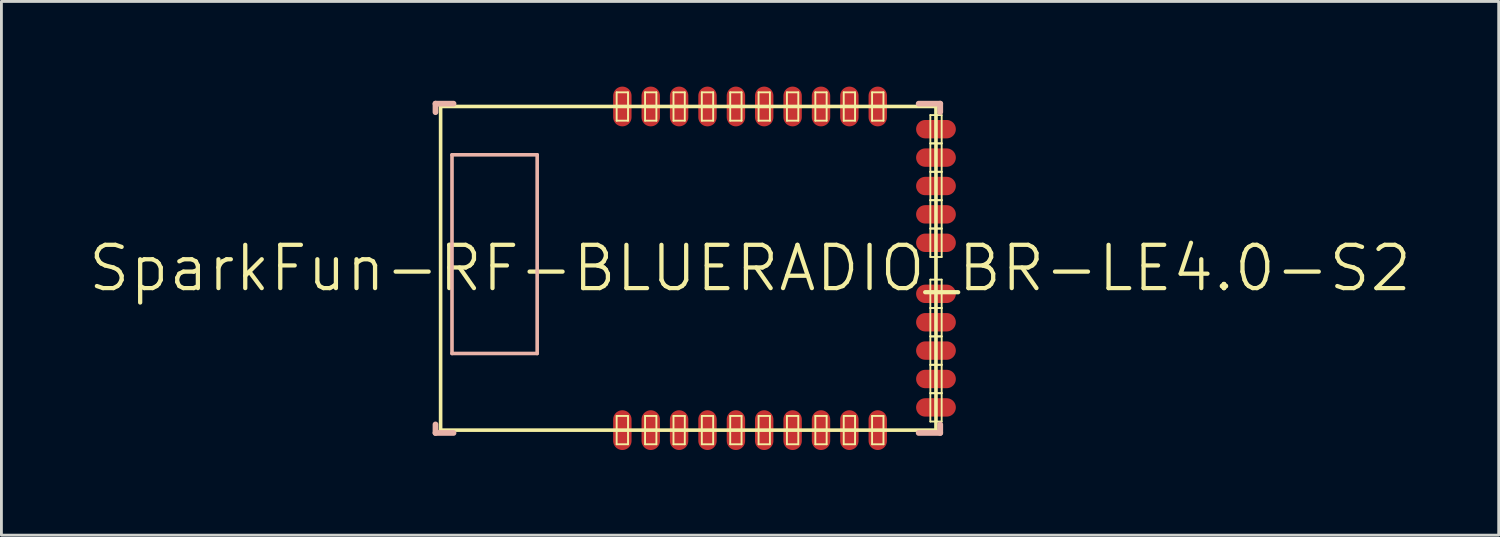
<source format=kicad_pcb>
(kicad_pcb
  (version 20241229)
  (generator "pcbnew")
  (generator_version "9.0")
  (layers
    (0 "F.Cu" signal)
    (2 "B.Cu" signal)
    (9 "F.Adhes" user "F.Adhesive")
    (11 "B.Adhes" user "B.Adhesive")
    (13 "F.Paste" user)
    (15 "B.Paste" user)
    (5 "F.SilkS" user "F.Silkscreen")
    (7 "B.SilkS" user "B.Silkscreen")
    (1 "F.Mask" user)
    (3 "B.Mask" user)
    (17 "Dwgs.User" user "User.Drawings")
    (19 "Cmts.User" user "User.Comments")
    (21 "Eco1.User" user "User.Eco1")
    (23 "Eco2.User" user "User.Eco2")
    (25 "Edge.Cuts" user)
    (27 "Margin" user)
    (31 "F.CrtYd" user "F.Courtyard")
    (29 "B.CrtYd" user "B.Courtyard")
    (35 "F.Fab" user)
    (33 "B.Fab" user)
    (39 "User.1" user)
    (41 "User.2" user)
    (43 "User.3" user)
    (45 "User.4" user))
  (footprint "SparkFun-RF-BLUERADIO_BR-LE4.0-S2"
    (layer "F.Cu")
    (at 23.368 6.4)
    (property "Reference" "SparkFun-RF-BLUERADIO_BR-LE4.0-S2" (at 0 0 0) (layer "F.SilkS") (effects (font (size 1.524 1.524) (thickness 0.15))))
    (attr smd)
    (fp_line (start -10.899 -5.7) (end -10.899 5.7) (stroke (width 0.127) (type solid)) (layer "F.SilkS"))
    (fp_line (start -10.899 5.7) (end 6.548 5.7) (stroke (width 0.127) (type solid)) (layer "F.SilkS"))
    (fp_line (start -4.699 -6.198) (end -4.298 -6.198) (stroke (width 0.066) (type solid)) (layer "F.SilkS"))
    (fp_line (start -4.699 -5.199) (end -4.699 -6.198) (stroke (width 0.066) (type solid)) (layer "F.SilkS"))
    (fp_line (start -4.699 -5.199) (end -4.298 -5.199) (stroke (width 0.066) (type solid)) (layer "F.SilkS"))
    (fp_line (start -4.699 5.199) (end -4.298 5.199) (stroke (width 0.066) (type solid)) (layer "F.SilkS"))
    (fp_line (start -4.699 6.198) (end -4.699 5.199) (stroke (width 0.066) (type solid)) (layer "F.SilkS"))
    (fp_line (start -4.699 6.198) (end -4.298 6.198) (stroke (width 0.066) (type solid)) (layer "F.SilkS"))
    (fp_line (start -4.298 -5.199) (end -4.298 -6.198) (stroke (width 0.066) (type solid)) (layer "F.SilkS"))
    (fp_line (start -4.298 6.198) (end -4.298 5.199) (stroke (width 0.066) (type solid)) (layer "F.SilkS"))
    (fp_line (start -3.698 -6.198) (end -3.299 -6.198) (stroke (width 0.066) (type solid)) (layer "F.SilkS"))
    (fp_line (start -3.698 -5.199) (end -3.698 -6.198) (stroke (width 0.066) (type solid)) (layer "F.SilkS"))
    (fp_line (start -3.698 -5.199) (end -3.299 -5.199) (stroke (width 0.066) (type solid)) (layer "F.SilkS"))
    (fp_line (start -3.698 5.199) (end -3.299 5.199) (stroke (width 0.066) (type solid)) (layer "F.SilkS"))
    (fp_line (start -3.698 6.198) (end -3.698 5.199) (stroke (width 0.066) (type solid)) (layer "F.SilkS"))
    (fp_line (start -3.698 6.198) (end -3.299 6.198) (stroke (width 0.066) (type solid)) (layer "F.SilkS"))
    (fp_line (start -3.299 -5.199) (end -3.299 -6.198) (stroke (width 0.066) (type solid)) (layer "F.SilkS"))
    (fp_line (start -3.299 6.198) (end -3.299 5.199) (stroke (width 0.066) (type solid)) (layer "F.SilkS"))
    (fp_line (start -2.697 -6.198) (end -2.299 -6.198) (stroke (width 0.066) (type solid)) (layer "F.SilkS"))
    (fp_line (start -2.697 -5.199) (end -2.697 -6.198) (stroke (width 0.066) (type solid)) (layer "F.SilkS"))
    (fp_line (start -2.697 -5.199) (end -2.299 -5.199) (stroke (width 0.066) (type solid)) (layer "F.SilkS"))
    (fp_line (start -2.697 5.199) (end -2.299 5.199) (stroke (width 0.066) (type solid)) (layer "F.SilkS"))
    (fp_line (start -2.697 6.198) (end -2.697 5.199) (stroke (width 0.066) (type solid)) (layer "F.SilkS"))
    (fp_line (start -2.697 6.198) (end -2.299 6.198) (stroke (width 0.066) (type solid)) (layer "F.SilkS"))
    (fp_line (start -2.299 -5.199) (end -2.299 -6.198) (stroke (width 0.066) (type solid)) (layer "F.SilkS"))
    (fp_line (start -2.299 6.198) (end -2.299 5.199) (stroke (width 0.066) (type solid)) (layer "F.SilkS"))
    (fp_line (start -1.699 -6.198) (end -1.298 -6.198) (stroke (width 0.066) (type solid)) (layer "F.SilkS"))
    (fp_line (start -1.699 -5.199) (end -1.699 -6.198) (stroke (width 0.066) (type solid)) (layer "F.SilkS"))
    (fp_line (start -1.699 -5.199) (end -1.298 -5.199) (stroke (width 0.066) (type solid)) (layer "F.SilkS"))
    (fp_line (start -1.699 5.199) (end -1.298 5.199) (stroke (width 0.066) (type solid)) (layer "F.SilkS"))
    (fp_line (start -1.699 6.198) (end -1.699 5.199) (stroke (width 0.066) (type solid)) (layer "F.SilkS"))
    (fp_line (start -1.699 6.198) (end -1.298 6.198) (stroke (width 0.066) (type solid)) (layer "F.SilkS"))
    (fp_line (start -1.298 -5.199) (end -1.298 -6.198) (stroke (width 0.066) (type solid)) (layer "F.SilkS"))
    (fp_line (start -1.298 6.198) (end -1.298 5.199) (stroke (width 0.066) (type solid)) (layer "F.SilkS"))
    (fp_line (start -0.699 -6.198) (end -0.3 -6.198) (stroke (width 0.066) (type solid)) (layer "F.SilkS"))
    (fp_line (start -0.699 -5.199) (end -0.699 -6.198) (stroke (width 0.066) (type solid)) (layer "F.SilkS"))
    (fp_line (start -0.699 -5.199) (end -0.3 -5.199) (stroke (width 0.066) (type solid)) (layer "F.SilkS"))
    (fp_line (start -0.699 5.199) (end -0.3 5.199) (stroke (width 0.066) (type solid)) (layer "F.SilkS"))
    (fp_line (start -0.699 6.198) (end -0.699 5.199) (stroke (width 0.066) (type solid)) (layer "F.SilkS"))
    (fp_line (start -0.699 6.198) (end -0.3 6.198) (stroke (width 0.066) (type solid)) (layer "F.SilkS"))
    (fp_line (start -0.3 -5.199) (end -0.3 -6.198) (stroke (width 0.066) (type solid)) (layer "F.SilkS"))
    (fp_line (start -0.3 6.198) (end -0.3 5.199) (stroke (width 0.066) (type solid)) (layer "F.SilkS"))
    (fp_line (start 0.3 -6.198) (end 0.699 -6.198) (stroke (width 0.066) (type solid)) (layer "F.SilkS"))
    (fp_line (start 0.3 -5.199) (end 0.3 -6.198) (stroke (width 0.066) (type solid)) (layer "F.SilkS"))
    (fp_line (start 0.3 -5.199) (end 0.699 -5.199) (stroke (width 0.066) (type solid)) (layer "F.SilkS"))
    (fp_line (start 0.3 5.199) (end 0.699 5.199) (stroke (width 0.066) (type solid)) (layer "F.SilkS"))
    (fp_line (start 0.3 6.198) (end 0.3 5.199) (stroke (width 0.066) (type solid)) (layer "F.SilkS"))
    (fp_line (start 0.3 6.198) (end 0.699 6.198) (stroke (width 0.066) (type solid)) (layer "F.SilkS"))
    (fp_line (start 0.699 -5.199) (end 0.699 -6.198) (stroke (width 0.066) (type solid)) (layer "F.SilkS"))
    (fp_line (start 0.699 6.198) (end 0.699 5.199) (stroke (width 0.066) (type solid)) (layer "F.SilkS"))
    (fp_line (start 1.298 -6.198) (end 1.699 -6.198) (stroke (width 0.066) (type solid)) (layer "F.SilkS"))
    (fp_line (start 1.298 -5.199) (end 1.298 -6.198) (stroke (width 0.066) (type solid)) (layer "F.SilkS"))
    (fp_line (start 1.298 -5.199) (end 1.699 -5.199) (stroke (width 0.066) (type solid)) (layer "F.SilkS"))
    (fp_line (start 1.298 5.199) (end 1.699 5.199) (stroke (width 0.066) (type solid)) (layer "F.SilkS"))
    (fp_line (start 1.298 6.198) (end 1.298 5.199) (stroke (width 0.066) (type solid)) (layer "F.SilkS"))
    (fp_line (start 1.298 6.198) (end 1.699 6.198) (stroke (width 0.066) (type solid)) (layer "F.SilkS"))
    (fp_line (start 1.699 -5.199) (end 1.699 -6.198) (stroke (width 0.066) (type solid)) (layer "F.SilkS"))
    (fp_line (start 1.699 6.198) (end 1.699 5.199) (stroke (width 0.066) (type solid)) (layer "F.SilkS"))
    (fp_line (start 2.299 -6.198) (end 2.697 -6.198) (stroke (width 0.066) (type solid)) (layer "F.SilkS"))
    (fp_line (start 2.299 -5.199) (end 2.299 -6.198) (stroke (width 0.066) (type solid)) (layer "F.SilkS"))
    (fp_line (start 2.299 -5.199) (end 2.697 -5.199) (stroke (width 0.066) (type solid)) (layer "F.SilkS"))
    (fp_line (start 2.299 5.199) (end 2.697 5.199) (stroke (width 0.066) (type solid)) (layer "F.SilkS"))
    (fp_line (start 2.299 6.198) (end 2.299 5.199) (stroke (width 0.066) (type solid)) (layer "F.SilkS"))
    (fp_line (start 2.299 6.198) (end 2.697 6.198) (stroke (width 0.066) (type solid)) (layer "F.SilkS"))
    (fp_line (start 2.697 -5.199) (end 2.697 -6.198) (stroke (width 0.066) (type solid)) (layer "F.SilkS"))
    (fp_line (start 2.697 6.198) (end 2.697 5.199) (stroke (width 0.066) (type solid)) (layer "F.SilkS"))
    (fp_line (start 3.299 -6.198) (end 3.698 -6.198) (stroke (width 0.066) (type solid)) (layer "F.SilkS"))
    (fp_line (start 3.299 -5.199) (end 3.299 -6.198) (stroke (width 0.066) (type solid)) (layer "F.SilkS"))
    (fp_line (start 3.299 -5.199) (end 3.698 -5.199) (stroke (width 0.066) (type solid)) (layer "F.SilkS"))
    (fp_line (start 3.299 5.199) (end 3.698 5.199) (stroke (width 0.066) (type solid)) (layer "F.SilkS"))
    (fp_line (start 3.299 6.198) (end 3.299 5.199) (stroke (width 0.066) (type solid)) (layer "F.SilkS"))
    (fp_line (start 3.299 6.198) (end 3.698 6.198) (stroke (width 0.066) (type solid)) (layer "F.SilkS"))
    (fp_line (start 3.698 -5.199) (end 3.698 -6.198) (stroke (width 0.066) (type solid)) (layer "F.SilkS"))
    (fp_line (start 3.698 6.198) (end 3.698 5.199) (stroke (width 0.066) (type solid)) (layer "F.SilkS"))
    (fp_line (start 4.298 -6.198) (end 4.699 -6.198) (stroke (width 0.066) (type solid)) (layer "F.SilkS"))
    (fp_line (start 4.298 -5.199) (end 4.298 -6.198) (stroke (width 0.066) (type solid)) (layer "F.SilkS"))
    (fp_line (start 4.298 -5.199) (end 4.699 -5.199) (stroke (width 0.066) (type solid)) (layer "F.SilkS"))
    (fp_line (start 4.298 5.199) (end 4.699 5.199) (stroke (width 0.066) (type solid)) (layer "F.SilkS"))
    (fp_line (start 4.298 6.198) (end 4.298 5.199) (stroke (width 0.066) (type solid)) (layer "F.SilkS"))
    (fp_line (start 4.298 6.198) (end 4.699 6.198) (stroke (width 0.066) (type solid)) (layer "F.SilkS"))
    (fp_line (start 4.699 -5.199) (end 4.699 -6.198) (stroke (width 0.066) (type solid)) (layer "F.SilkS"))
    (fp_line (start 4.699 6.198) (end 4.699 5.199) (stroke (width 0.066) (type solid)) (layer "F.SilkS"))
    (fp_line (start 6.35 -5.397) (end 6.749 -5.397) (stroke (width 0.066) (type solid)) (layer "F.SilkS"))
    (fp_line (start 6.35 -4.399) (end 6.35 -5.397) (stroke (width 0.066) (type solid)) (layer "F.SilkS"))
    (fp_line (start 6.35 -4.399) (end 6.749 -4.399) (stroke (width 0.066) (type solid)) (layer "F.SilkS"))
    (fp_line (start 6.35 -4.399) (end 6.749 -4.399) (stroke (width 0.066) (type solid)) (layer "F.SilkS"))
    (fp_line (start 6.35 -3.399) (end 6.35 -4.399) (stroke (width 0.066) (type solid)) (layer "F.SilkS"))
    (fp_line (start 6.35 -3.399) (end 6.749 -3.399) (stroke (width 0.066) (type solid)) (layer "F.SilkS"))
    (fp_line (start 6.35 -3.399) (end 6.749 -3.399) (stroke (width 0.066) (type solid)) (layer "F.SilkS"))
    (fp_line (start 6.35 -2.398) (end 6.35 -3.399) (stroke (width 0.066) (type solid)) (layer "F.SilkS"))
    (fp_line (start 6.35 -2.398) (end 6.749 -2.398) (stroke (width 0.066) (type solid)) (layer "F.SilkS"))
    (fp_line (start 6.35 -2.398) (end 6.749 -2.398) (stroke (width 0.066) (type solid)) (layer "F.SilkS"))
    (fp_line (start 6.35 -1.4) (end 6.35 -2.398) (stroke (width 0.066) (type solid)) (layer "F.SilkS"))
    (fp_line (start 6.35 -1.4) (end 6.749 -1.4) (stroke (width 0.066) (type solid)) (layer "F.SilkS"))
    (fp_line (start 6.35 -1.4) (end 6.749 -1.4) (stroke (width 0.066) (type solid)) (layer "F.SilkS"))
    (fp_line (start 6.35 -0.399) (end 6.35 -1.4) (stroke (width 0.066) (type solid)) (layer "F.SilkS"))
    (fp_line (start 6.35 -0.399) (end 6.749 -0.399) (stroke (width 0.066) (type solid)) (layer "F.SilkS"))
    (fp_line (start 6.35 0.399) (end 6.749 0.399) (stroke (width 0.066) (type solid)) (layer "F.SilkS"))
    (fp_line (start 6.35 1.4) (end 6.35 0.399) (stroke (width 0.066) (type solid)) (layer "F.SilkS"))
    (fp_line (start 6.35 1.4) (end 6.749 1.4) (stroke (width 0.066) (type solid)) (layer "F.SilkS"))
    (fp_line (start 6.35 1.4) (end 6.749 1.4) (stroke (width 0.066) (type solid)) (layer "F.SilkS"))
    (fp_line (start 6.35 2.398) (end 6.35 1.4) (stroke (width 0.066) (type solid)) (layer "F.SilkS"))
    (fp_line (start 6.35 2.398) (end 6.749 2.398) (stroke (width 0.066) (type solid)) (layer "F.SilkS"))
    (fp_line (start 6.35 2.398) (end 6.749 2.398) (stroke (width 0.066) (type solid)) (layer "F.SilkS"))
    (fp_line (start 6.35 3.399) (end 6.35 2.398) (stroke (width 0.066) (type solid)) (layer "F.SilkS"))
    (fp_line (start 6.35 3.399) (end 6.749 3.399) (stroke (width 0.066) (type solid)) (layer "F.SilkS"))
    (fp_line (start 6.35 3.399) (end 6.749 3.399) (stroke (width 0.066) (type solid)) (layer "F.SilkS"))
    (fp_line (start 6.35 4.399) (end 6.35 3.399) (stroke (width 0.066) (type solid)) (layer "F.SilkS"))
    (fp_line (start 6.35 4.399) (end 6.749 4.399) (stroke (width 0.066) (type solid)) (layer "F.SilkS"))
    (fp_line (start 6.35 4.399) (end 6.749 4.399) (stroke (width 0.066) (type solid)) (layer "F.SilkS"))
    (fp_line (start 6.35 5.397) (end 6.35 4.399) (stroke (width 0.066) (type solid)) (layer "F.SilkS"))
    (fp_line (start 6.35 5.397) (end 6.749 5.397) (stroke (width 0.066) (type solid)) (layer "F.SilkS"))
    (fp_line (start 6.548 -5.7) (end -10.899 -5.7) (stroke (width 0.127) (type solid)) (layer "F.SilkS"))
    (fp_line (start 6.548 5.7) (end 6.548 -5.7) (stroke (width 0.127) (type solid)) (layer "F.SilkS"))
    (fp_line (start 6.749 -4.399) (end 6.749 -5.397) (stroke (width 0.066) (type solid)) (layer "F.SilkS"))
    (fp_line (start 6.749 -3.399) (end 6.749 -4.399) (stroke (width 0.066) (type solid)) (layer "F.SilkS"))
    (fp_line (start 6.749 -2.398) (end 6.749 -3.399) (stroke (width 0.066) (type solid)) (layer "F.SilkS"))
    (fp_line (start 6.749 -1.4) (end 6.749 -2.398) (stroke (width 0.066) (type solid)) (layer "F.SilkS"))
    (fp_line (start 6.749 -0.399) (end 6.749 -1.4) (stroke (width 0.066) (type solid)) (layer "F.SilkS"))
    (fp_line (start 6.749 1.4) (end 6.749 0.399) (stroke (width 0.066) (type solid)) (layer "F.SilkS"))
    (fp_line (start 6.749 2.398) (end 6.749 1.4) (stroke (width 0.066) (type solid)) (layer "F.SilkS"))
    (fp_line (start 6.749 3.399) (end 6.749 2.398) (stroke (width 0.066) (type solid)) (layer "F.SilkS"))
    (fp_line (start 6.749 4.399) (end 6.749 3.399) (stroke (width 0.066) (type solid)) (layer "F.SilkS"))
    (fp_line (start 6.749 5.397) (end 6.749 4.399) (stroke (width 0.066) (type solid)) (layer "F.SilkS"))
    (fp_line (start -11.079 -5.799) (end -11.079 -5.499) (stroke (width 0.203) (type solid)) (layer "B.SilkS"))
    (fp_line (start -11.079 5.499) (end -11.079 5.799) (stroke (width 0.203) (type solid)) (layer "B.SilkS"))
    (fp_line (start -10.498 -3.998) (end -10.498 3) (stroke (width 0.127) (type solid)) (layer "B.SilkS"))
    (fp_line (start -10.498 3) (end -7.498 3) (stroke (width 0.127) (type solid)) (layer "B.SilkS"))
    (fp_line (start -10.444 -5.799) (end -11.079 -5.799) (stroke (width 0.203) (type solid)) (layer "B.SilkS"))
    (fp_line (start -10.444 5.799) (end -11.079 5.799) (stroke (width 0.203) (type solid)) (layer "B.SilkS"))
    (fp_line (start -7.498 -3.998) (end -10.498 -3.998) (stroke (width 0.127) (type solid)) (layer "B.SilkS"))
    (fp_line (start -7.498 3) (end -7.498 -3.998) (stroke (width 0.127) (type solid)) (layer "B.SilkS"))
    (fp_line (start 6.698 -5.799) (end 5.939 -5.799) (stroke (width 0.203) (type solid)) (layer "B.SilkS"))
    (fp_line (start 6.698 -5.799) (end 6.698 -5.499) (stroke (width 0.203) (type solid)) (layer "B.SilkS"))
    (fp_line (start 6.698 5.499) (end 6.698 5.799) (stroke (width 0.203) (type solid)) (layer "B.SilkS"))
    (fp_line (start 6.698 5.799) (end 5.939 5.799) (stroke (width 0.203) (type solid)) (layer "B.SilkS"))
    (pad "1" smd oval (at -4.498 5.7) (size 0.648 1.4) (layers "F.Cu" "F.Mask" "F.Paste"))
    (pad "2" smd oval (at -3.498 5.7) (size 0.648 1.4) (layers "F.Cu" "F.Mask" "F.Paste"))
    (pad "3" smd oval (at -2.499 5.7) (size 0.648 1.4) (layers "F.Cu" "F.Mask" "F.Paste"))
    (pad "4" smd oval (at -1.499 5.7) (size 0.648 1.4) (layers "F.Cu" "F.Mask" "F.Paste"))
    (pad "5" smd oval (at -0.498 5.7) (size 0.648 1.4) (layers "F.Cu" "F.Mask" "F.Paste"))
    (pad "6" smd oval (at 0.498 5.7) (size 0.648 1.4) (layers "F.Cu" "F.Mask" "F.Paste"))
    (pad "7" smd oval (at 1.499 5.7) (size 0.648 1.4) (layers "F.Cu" "F.Mask" "F.Paste"))
    (pad "8" smd oval (at 2.499 5.7) (size 0.648 1.4) (layers "F.Cu" "F.Mask" "F.Paste"))
    (pad "9" smd oval (at 3.498 5.7) (size 0.648 1.4) (layers "F.Cu" "F.Mask" "F.Paste"))
    (pad "10" smd oval (at 4.498 5.7) (size 0.648 1.4) (layers "F.Cu" "F.Mask" "F.Paste"))
    (pad "11" smd oval (at 6.548 4.9 90) (size 0.648 1.4) (layers "F.Cu" "F.Mask" "F.Paste"))
    (pad "12" smd oval (at 6.548 3.899 90) (size 0.648 1.4) (layers "F.Cu" "F.Mask" "F.Paste"))
    (pad "13" smd oval (at 6.548 2.898 90) (size 0.648 1.4) (layers "F.Cu" "F.Mask" "F.Paste"))
    (pad "14" smd oval (at 6.548 1.9 90) (size 0.648 1.4) (layers "F.Cu" "F.Mask" "F.Paste"))
    (pad "15" smd oval (at 6.548 0.899 90) (size 0.648 1.4) (layers "F.Cu" "F.Mask" "F.Paste"))
    (pad "16" smd oval (at 6.548 -0.899 90) (size 0.648 1.4) (layers "F.Cu" "F.Mask" "F.Paste"))
    (pad "17" smd oval (at 6.548 -1.9 90) (size 0.648 1.4) (layers "F.Cu" "F.Mask" "F.Paste"))
    (pad "18" smd oval (at 6.548 -2.898 90) (size 0.648 1.4) (layers "F.Cu" "F.Mask" "F.Paste"))
    (pad "19" smd oval (at 6.548 -3.899 90) (size 0.648 1.4) (layers "F.Cu" "F.Mask" "F.Paste"))
    (pad "20" smd oval (at 6.548 -4.9 90) (size 0.648 1.4) (layers "F.Cu" "F.Mask" "F.Paste"))
    (pad "21" smd oval (at 4.498 -5.7) (size 0.648 1.4) (layers "F.Cu" "F.Mask" "F.Paste"))
    (pad "22" smd oval (at 3.498 -5.7) (size 0.648 1.4) (layers "F.Cu" "F.Mask" "F.Paste"))
    (pad "23" smd oval (at 2.499 -5.7) (size 0.648 1.4) (layers "F.Cu" "F.Mask" "F.Paste"))
    (pad "24" smd oval (at 1.499 -5.7) (size 0.648 1.4) (layers "F.Cu" "F.Mask" "F.Paste"))
    (pad "25" smd oval (at 0.498 -5.7 180) (size 0.648 1.4) (layers "F.Cu" "F.Mask" "F.Paste"))
    (pad "26" smd oval (at -0.498 -5.7 180) (size 0.648 1.4) (layers "F.Cu" "F.Mask" "F.Paste"))
    (pad "27" smd oval (at -1.499 -5.7 180) (size 0.648 1.4) (layers "F.Cu" "F.Mask" "F.Paste"))
    (pad "28" smd oval (at -2.499 -5.7 180) (size 0.648 1.4) (layers "F.Cu" "F.Mask" "F.Paste"))
    (pad "29" smd oval (at -3.498 -5.7 180) (size 0.648 1.4) (layers "F.Cu" "F.Mask" "F.Paste"))
    (pad "30" smd oval (at -4.498 -5.7 180) (size 0.648 1.4) (layers "F.Cu" "F.Mask" "F.Paste")))
  (gr_rect
    (start -3 -3)
    (end 49.736 15.799)
    (stroke (width 0.1) (type default))
    (fill no)
    (layer "Edge.Cuts")))
</source>
